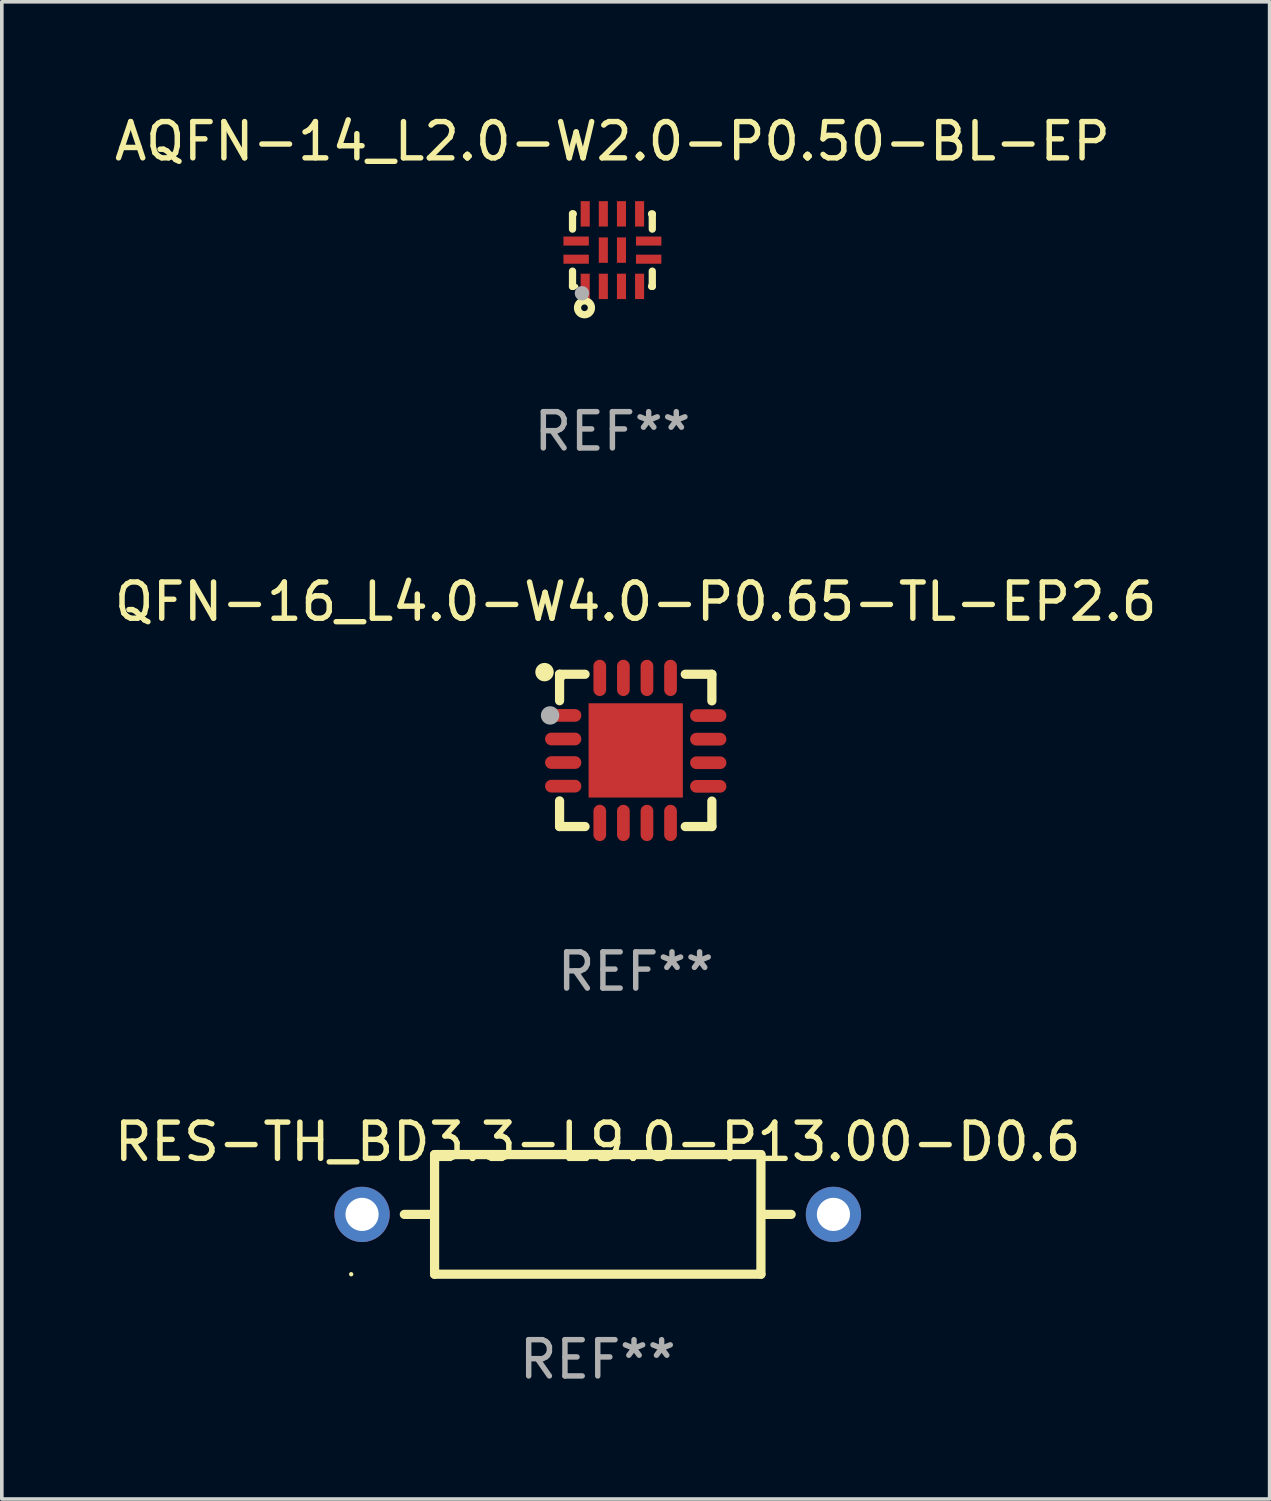
<source format=kicad_pcb>
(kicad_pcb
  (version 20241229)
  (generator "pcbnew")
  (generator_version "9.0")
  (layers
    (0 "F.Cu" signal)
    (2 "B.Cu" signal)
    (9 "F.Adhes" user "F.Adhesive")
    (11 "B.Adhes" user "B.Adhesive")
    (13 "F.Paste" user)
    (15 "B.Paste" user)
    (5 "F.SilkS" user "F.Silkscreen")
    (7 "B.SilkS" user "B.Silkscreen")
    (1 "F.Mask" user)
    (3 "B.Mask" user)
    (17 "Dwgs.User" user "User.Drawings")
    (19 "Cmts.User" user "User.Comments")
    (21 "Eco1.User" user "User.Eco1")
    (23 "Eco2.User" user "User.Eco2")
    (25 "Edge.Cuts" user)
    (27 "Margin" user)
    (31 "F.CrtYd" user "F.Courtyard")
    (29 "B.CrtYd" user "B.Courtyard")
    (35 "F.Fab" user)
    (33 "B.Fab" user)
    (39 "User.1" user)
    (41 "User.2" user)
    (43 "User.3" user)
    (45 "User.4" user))
  (footprint "AQFN-14_L2.0-W2.0-P0.50-BL-EP"
    (layer "F.Cu")
    (at 13.839 3.848)
    (property "Reference" "AQFN-14_L2.0-W2.0-P0.50-BL-EP" (at -0.000013 -3 0) (layer "F.SilkS") (effects (font (size 1 1) (thickness 0.15))))
    (attr smd)
    (fp_line (start -1.1 -1) (end -1.1 -0.579) (stroke (width 0.2) (type solid)) (layer "F.SilkS"))
    (fp_line (start -1.1 -1) (end -1.079 -1) (stroke (width 0.2) (type solid)) (layer "F.SilkS"))
    (fp_line (start -1.1 0.579) (end -1.1 1) (stroke (width 0.2) (type solid)) (layer "F.SilkS"))
    (fp_line (start -1.1 1) (end -1.079 1) (stroke (width 0.2) (type solid)) (layer "F.SilkS"))
    (fp_line (start 1.079 -1) (end 1.1 -1) (stroke (width 0.2) (type solid)) (layer "F.SilkS"))
    (fp_line (start 1.079 1) (end 1.1 1) (stroke (width 0.2) (type solid)) (layer "F.SilkS"))
    (fp_line (start 1.1 -0.579) (end 1.1 -0.99) (stroke (width 0.2) (type solid)) (layer "F.SilkS"))
    (fp_line (start 1.1 1) (end 1.1 0.579) (stroke (width 0.2) (type solid)) (layer "F.SilkS"))
    (fp_circle (center -1 1) (end -0.97 1) (stroke (width 0.06) (type solid)) (fill no) (layer "F.SilkS"))
    (fp_circle (center -0.77 1.59) (end -0.678 1.59) (stroke (width 0.2) (type solid)) (fill no) (layer "F.SilkS"))
    (fp_circle (center -0.84 1.19) (end -0.74 1.19) (stroke (width 0.2) (type solid)) (fill no) (layer "F.Fab"))
    (fp_text user "REF**" (at -0.000013 5 0) (layer "F.Fab") (effects (font (size 1 1) (thickness 0.15))))
    (pad "1" smd rect (at -0.75 1 180) (size 0.25 0.7) (layers "F.Cu" "F.Mask" "F.Paste"))
    (pad "2" smd rect (at -0.25 1 180) (size 0.25 0.7) (layers "F.Cu" "F.Mask" "F.Paste"))
    (pad "3" smd rect (at 0.25 1 180) (size 0.25 0.7) (layers "F.Cu" "F.Mask" "F.Paste"))
    (pad "4" smd rect (at 0.75 1 180) (size 0.25 0.7) (layers "F.Cu" "F.Mask" "F.Paste"))
    (pad "5" smd rect (at 1 0.25 270) (size 0.25 0.7) (layers "F.Cu" "F.Mask" "F.Paste"))
    (pad "6" smd rect (at 1 -0.25 270) (size 0.25 0.7) (layers "F.Cu" "F.Mask" "F.Paste"))
    (pad "7" smd rect (at 0.75 -1) (size 0.25 0.7) (layers "F.Cu" "F.Mask" "F.Paste"))
    (pad "8" smd rect (at 0.25 -1) (size 0.25 0.7) (layers "F.Cu" "F.Mask" "F.Paste"))
    (pad "9" smd rect (at -0.25 -1) (size 0.25 0.7) (layers "F.Cu" "F.Mask" "F.Paste"))
    (pad "10" smd rect (at -0.75 -1) (size 0.25 0.7) (layers "F.Cu" "F.Mask" "F.Paste"))
    (pad "11" smd rect (at -1 -0.25 90) (size 0.25 0.7) (layers "F.Cu" "F.Mask" "F.Paste"))
    (pad "12" smd rect (at -1 0.25 90) (size 0.25 0.7) (layers "F.Cu" "F.Mask" "F.Paste"))
    (pad "13" smd rect (at -0.25 -0.000076 180) (size 0.25 0.7) (layers "F.Cu" "F.Mask" "F.Paste"))
    (pad "14" smd rect (at 0.25 -0.000076 180) (size 0.25 0.7) (layers "F.Cu" "F.Mask" "F.Paste")))
  (footprint "QFN-16_L4.0-W4.0-P0.65-TL-EP2.6"
    (layer "F.Cu")
    (at 14.482 17.645)
    (property "Reference" "QFN-16_L4.0-W4.0-P0.65-TL-EP2.6" (at -0.000051 -4.1 0) (layer "F.SilkS") (effects (font (size 1 1) (thickness 0.15))))
    (attr smd)
    (fp_line (start -2.1 -2.1) (end -2.1 -1.371) (stroke (width 0.254) (type solid)) (layer "F.SilkS"))
    (fp_line (start -2.1 -2.1) (end -1.397 -2.1) (stroke (width 0.254) (type solid)) (layer "F.SilkS"))
    (fp_line (start -2.1 1.392) (end -2.1 2.1) (stroke (width 0.254) (type solid)) (layer "F.SilkS"))
    (fp_line (start -2.1 2.1) (end -1.397 2.1) (stroke (width 0.254) (type solid)) (layer "F.SilkS"))
    (fp_line (start 1.366 -2.1) (end 2.1 -2.1) (stroke (width 0.254) (type solid)) (layer "F.SilkS"))
    (fp_line (start 1.366 2.1) (end 2.1 2.1) (stroke (width 0.254) (type solid)) (layer "F.SilkS"))
    (fp_line (start 2.1 -2.1) (end 2.1 -1.366) (stroke (width 0.254) (type solid)) (layer "F.SilkS"))
    (fp_line (start 2.1 1.397) (end 2.1 2.1) (stroke (width 0.254) (type solid)) (layer "F.SilkS"))
    (fp_circle (center -2.515 -2.159) (end -2.388 -2.159) (stroke (width 0.254) (type solid)) (fill no) (layer "F.SilkS"))
    (fp_circle (center -2 -2) (end -1.97 -2) (stroke (width 0.06) (type solid)) (fill no) (layer "F.SilkS"))
    (fp_circle (center -2.362 -0.965) (end -2.235 -0.965) (stroke (width 0.254) (type solid)) (fill no) (layer "F.Fab"))
    (fp_text user "REF**" (at -0.000051 6.1 0) (layer "F.Fab") (effects (font (size 1 1) (thickness 0.15))))
    (pad "1" smd oval (at -2 -0.965 270) (size 0.35 1) (layers "F.Cu" "F.Mask" "F.Paste"))
    (pad "2" smd oval (at -2 -0.315 270) (size 0.35 1) (layers "F.Cu" "F.Mask" "F.Paste"))
    (pad "3" smd oval (at -2 0.335 270) (size 0.35 1) (layers "F.Cu" "F.Mask" "F.Paste"))
    (pad "4" smd oval (at -2 0.986 270) (size 0.35 1) (layers "F.Cu" "F.Mask" "F.Paste"))
    (pad "5" smd oval (at -0.991 2) (size 0.35 1) (layers "F.Cu" "F.Mask" "F.Paste"))
    (pad "6" smd oval (at -0.34 2) (size 0.35 1) (layers "F.Cu" "F.Mask" "F.Paste"))
    (pad "7" smd oval (at 0.31 2) (size 0.35 1) (layers "F.Cu" "F.Mask" "F.Paste"))
    (pad "8" smd oval (at 0.96 2) (size 0.35 1) (layers "F.Cu" "F.Mask" "F.Paste"))
    (pad "9" smd oval (at 2 0.991 270) (size 0.35 1) (layers "F.Cu" "F.Mask" "F.Paste"))
    (pad "10" smd oval (at 2 0.34 270) (size 0.35 1) (layers "F.Cu" "F.Mask" "F.Paste"))
    (pad "11" smd oval (at 2 -0.31 270) (size 0.35 1) (layers "F.Cu" "F.Mask" "F.Paste"))
    (pad "12" smd oval (at 2 -0.96 270) (size 0.35 1) (layers "F.Cu" "F.Mask" "F.Paste"))
    (pad "13" smd oval (at 0.96 -2) (size 0.35 1) (layers "F.Cu" "F.Mask" "F.Paste"))
    (pad "14" smd oval (at 0.31 -2) (size 0.35 1) (layers "F.Cu" "F.Mask" "F.Paste"))
    (pad "15" smd oval (at -0.34 -2) (size 0.35 1) (layers "F.Cu" "F.Mask" "F.Paste"))
    (pad "16" smd oval (at -0.991 -2) (size 0.35 1) (layers "F.Cu" "F.Mask" "F.Paste"))
    (pad "17" smd rect (at 0 0) (size 2.6 2.6) (layers "F.Cu" "F.Mask" "F.Paste")))
  (footprint "RES-TH_BD3.3-L9.0-P13.00-D0.6"
    (layer "F.Cu")
    (at 13.435 30.441)
    (property "Reference" "RES-TH_BD3.3-L9.0-P13.00-D0.6" (at 0 -2 0) (layer "F.SilkS") (effects (font (size 1 1) (thickness 0.15))))
    (attr through_hole)
    (fp_line (start -4.572 0) (end -5.334 0) (stroke (width 0.254) (type solid)) (layer "F.SilkS"))
    (fp_line (start -4.5 -1.65) (end -4.5 1.65) (stroke (width 0.254) (type solid)) (layer "F.SilkS"))
    (fp_line (start -4.5 1.65) (end 4.5 1.65) (stroke (width 0.254) (type solid)) (layer "F.SilkS"))
    (fp_line (start 4.5 -1.65) (end -4.5 -1.65) (stroke (width 0.254) (type solid)) (layer "F.SilkS"))
    (fp_line (start 4.5 1.65) (end 4.5 -1.65) (stroke (width 0.254) (type solid)) (layer "F.SilkS"))
    (fp_line (start 4.572 0) (end 5.334 0) (stroke (width 0.254) (type solid)) (layer "F.SilkS"))
    (fp_circle (center -6.8 1.65) (end -6.77 1.65) (stroke (width 0.06) (type solid)) (fill no) (layer "F.SilkS"))
    (fp_text user "REF**" (at 0 4 0) (layer "F.Fab") (effects (font (size 1 1) (thickness 0.15))))
    (pad "1" thru_hole circle (at -6.5 0) (size 1.524 1.524) (drill 0.914) (layers "*.Cu" "*.Mask"))
    (pad "2" thru_hole circle (at 6.5 0) (size 1.524 1.524) (drill 0.914) (layers "*.Cu" "*.Mask")))
  (gr_rect
    (start -3 -3)
    (end 31.964 38.29)
    (stroke (width 0.1) (type default))
    (fill no)
    (layer "Edge.Cuts")))
</source>
